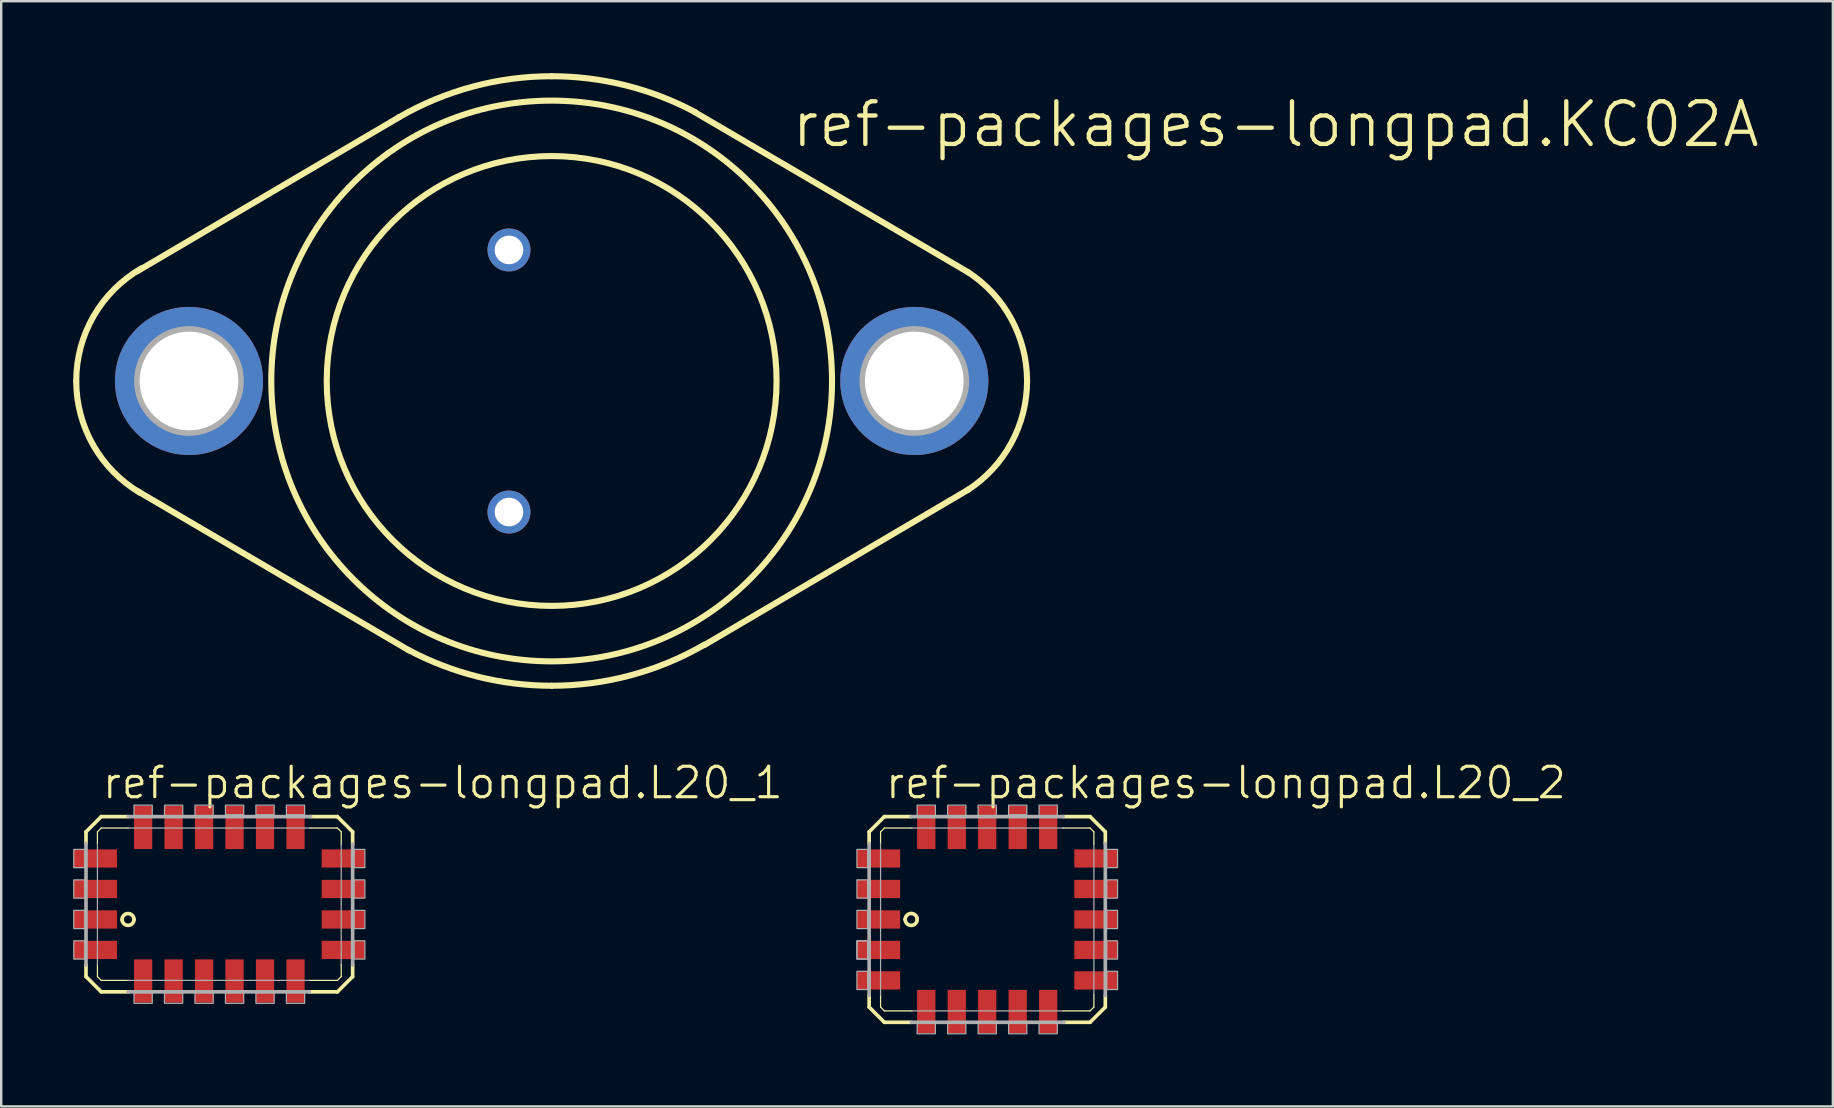
<source format=kicad_pcb>
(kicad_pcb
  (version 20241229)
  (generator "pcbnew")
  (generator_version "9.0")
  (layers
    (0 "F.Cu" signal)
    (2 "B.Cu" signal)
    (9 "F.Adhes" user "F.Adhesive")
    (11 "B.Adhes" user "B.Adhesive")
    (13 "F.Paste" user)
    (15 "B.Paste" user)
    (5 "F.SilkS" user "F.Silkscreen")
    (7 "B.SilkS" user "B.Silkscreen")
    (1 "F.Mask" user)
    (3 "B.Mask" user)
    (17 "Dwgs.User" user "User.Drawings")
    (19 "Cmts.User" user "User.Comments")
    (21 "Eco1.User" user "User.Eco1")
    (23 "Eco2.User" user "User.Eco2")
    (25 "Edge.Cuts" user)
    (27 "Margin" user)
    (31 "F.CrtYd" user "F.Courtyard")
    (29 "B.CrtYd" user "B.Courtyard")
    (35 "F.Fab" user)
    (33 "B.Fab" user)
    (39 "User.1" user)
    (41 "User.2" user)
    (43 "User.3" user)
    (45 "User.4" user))
  (footprint "ref-packages-longpad.L20_2"
    (layer "F.Cu")
    (at 38.091 34.632)
    (property "Reference" "ref-packages-longpad.L20_2" (at -4.318 -4.318 0) (layer "F.SilkS") (effects (font (size 1.27 1.27) (thickness 0.13)) (justify left bottom)))
    (attr smd)
    (fp_line (start -4.921 -3.016) (end -4.921 -2.531) (stroke (width 0.152) (type default)) (layer "F.SilkS"))
    (fp_line (start -4.921 3.801) (end -4.921 4.286) (stroke (width 0.152) (type default)) (layer "F.SilkS"))
    (fp_line (start -4.921 4.286) (end -4.286 4.921) (stroke (width 0.152) (type default)) (layer "F.SilkS"))
    (fp_line (start -4.445 -3.016) (end -4.286 -3.175) (stroke (width 0.051) (type default)) (layer "F.SilkS"))
    (fp_line (start -4.445 -2.503) (end -4.445 -3.016) (stroke (width 0.051) (type default)) (layer "F.SilkS"))
    (fp_line (start -4.445 4.286) (end -4.445 3.773) (stroke (width 0.051) (type default)) (layer "F.SilkS"))
    (fp_line (start -4.286 -3.651) (end -4.921 -3.016) (stroke (width 0.152) (type default)) (layer "F.SilkS"))
    (fp_line (start -4.286 -3.175) (end -3.138 -3.175) (stroke (width 0.051) (type default)) (layer "F.SilkS"))
    (fp_line (start -4.286 4.445) (end -4.445 4.286) (stroke (width 0.051) (type default)) (layer "F.SilkS"))
    (fp_line (start -4.286 4.921) (end -3.166 4.921) (stroke (width 0.152) (type default)) (layer "F.SilkS"))
    (fp_line (start -3.166 -3.651) (end -4.286 -3.651) (stroke (width 0.152) (type default)) (layer "F.SilkS"))
    (fp_line (start -3.141 4.445) (end -4.286 4.445) (stroke (width 0.051) (type default)) (layer "F.SilkS"))
    (fp_line (start 3.138 -3.175) (end 4.286 -3.175) (stroke (width 0.051) (type default)) (layer "F.SilkS"))
    (fp_line (start 3.191 4.921) (end 4.286 4.921) (stroke (width 0.152) (type default)) (layer "F.SilkS"))
    (fp_line (start 4.286 -3.651) (end 3.166 -3.651) (stroke (width 0.152) (type default)) (layer "F.SilkS"))
    (fp_line (start 4.286 -3.175) (end 4.445 -3.016) (stroke (width 0.051) (type default)) (layer "F.SilkS"))
    (fp_line (start 4.286 4.445) (end 3.163 4.445) (stroke (width 0.051) (type default)) (layer "F.SilkS"))
    (fp_line (start 4.286 4.921) (end 4.921 4.286) (stroke (width 0.152) (type default)) (layer "F.SilkS"))
    (fp_line (start 4.445 -3.016) (end 4.445 -2.503) (stroke (width 0.051) (type default)) (layer "F.SilkS"))
    (fp_line (start 4.445 3.773) (end 4.445 4.286) (stroke (width 0.051) (type default)) (layer "F.SilkS"))
    (fp_line (start 4.445 4.286) (end 4.286 4.445) (stroke (width 0.051) (type default)) (layer "F.SilkS"))
    (fp_line (start 4.921 -3.016) (end 4.286 -3.651) (stroke (width 0.152) (type default)) (layer "F.SilkS"))
    (fp_line (start 4.921 -2.531) (end 4.921 -3.016) (stroke (width 0.152) (type default)) (layer "F.SilkS"))
    (fp_line (start 4.921 4.286) (end 4.921 3.801) (stroke (width 0.152) (type default)) (layer "F.SilkS"))
    (fp_arc (start -3.419 0.631) (mid -3.16504 0.387487) (end -2.919 0.639) (stroke (width 0.1524) (type default)) (layer "F.SilkS"))
    (fp_arc (start -3.419 0.636) (mid -3.419012 0.6335) (end -3.419 0.631) (stroke (width 0.1524) (type default)) (layer "F.SilkS"))
    (fp_arc (start -2.919 0.633) (mid -3.17 0.882) (end -3.419 0.631) (stroke (width 0.1524) (type default)) (layer "F.SilkS"))
    (fp_line (start -4.921 -2.531) (end -4.921 3.801) (stroke (width 0.152) (type default)) (layer "F.Fab"))
    (fp_line (start -4.445 3.801) (end -4.445 -2.531) (stroke (width 0.051) (type default)) (layer "F.Fab"))
    (fp_line (start -3.166 -3.175) (end 3.166 -3.175) (stroke (width 0.051) (type default)) (layer "F.Fab"))
    (fp_line (start -3.166 4.921) (end 3.191 4.921) (stroke (width 0.152) (type default)) (layer "F.Fab"))
    (fp_line (start 0.95 -3.68) (end 1.59 -3.68) (stroke (width 0.152) (type default)) (layer "F.Fab"))
    (fp_line (start 3.166 -3.651) (end -3.166 -3.651) (stroke (width 0.152) (type default)) (layer "F.Fab"))
    (fp_line (start 3.191 4.445) (end -3.166 4.445) (stroke (width 0.051) (type default)) (layer "F.Fab"))
    (fp_line (start 4.445 -2.531) (end 4.445 3.801) (stroke (width 0.051) (type default)) (layer "F.Fab"))
    (fp_line (start 4.921 3.801) (end 4.921 -2.531) (stroke (width 0.152) (type default)) (layer "F.Fab"))
    (fp_rect (start -5.43 -1.525) (end -4.98 -2.285) (stroke (width 0.05) (type default)) (fill no) (layer "F.Fab"))
    (fp_rect (start -5.43 -0.255) (end -4.98 -1.015) (stroke (width 0.05) (type default)) (fill no) (layer "F.Fab"))
    (fp_rect (start -5.43 1.015) (end -4.98 0.255) (stroke (width 0.05) (type default)) (fill no) (layer "F.Fab"))
    (fp_rect (start -5.43 2.285) (end -4.98 1.525) (stroke (width 0.05) (type default)) (fill no) (layer "F.Fab"))
    (fp_rect (start -5.43 2.285) (end -4.98 1.525) (stroke (width 0.05) (type default)) (fill no) (layer "F.Fab"))
    (fp_rect (start -5.43 3.555) (end -4.98 2.795) (stroke (width 0.05) (type default)) (fill no) (layer "F.Fab"))
    (fp_rect (start -2.92 -3.68) (end -2.16 -4.13) (stroke (width 0.05) (type default)) (fill no) (layer "F.Fab"))
    (fp_rect (start -2.92 5.4) (end -2.16 4.95) (stroke (width 0.05) (type default)) (fill no) (layer "F.Fab"))
    (fp_rect (start -1.65 -3.68) (end -0.89 -4.13) (stroke (width 0.05) (type default)) (fill no) (layer "F.Fab"))
    (fp_rect (start -1.65 5.4) (end -0.89 4.95) (stroke (width 0.05) (type default)) (fill no) (layer "F.Fab"))
    (fp_rect (start -0.38 -3.68) (end 0.38 -4.13) (stroke (width 0.05) (type default)) (fill no) (layer "F.Fab"))
    (fp_rect (start -0.38 5.4) (end 0.38 4.95) (stroke (width 0.05) (type default)) (fill no) (layer "F.Fab"))
    (fp_rect (start 0.89 -3.68) (end 1.65 -4.13) (stroke (width 0.05) (type default)) (fill no) (layer "F.Fab"))
    (fp_rect (start 0.89 5.4) (end 1.65 4.95) (stroke (width 0.05) (type default)) (fill no) (layer "F.Fab"))
    (fp_rect (start 2.16 -3.68) (end 2.92 -4.13) (stroke (width 0.05) (type default)) (fill no) (layer "F.Fab"))
    (fp_rect (start 2.16 5.4) (end 2.92 4.95) (stroke (width 0.05) (type default)) (fill no) (layer "F.Fab"))
    (fp_rect (start 4.98 -1.525) (end 5.43 -2.285) (stroke (width 0.05) (type default)) (fill no) (layer "F.Fab"))
    (fp_rect (start 4.98 -0.255) (end 5.43 -1.015) (stroke (width 0.05) (type default)) (fill no) (layer "F.Fab"))
    (fp_rect (start 4.98 1.015) (end 5.43 0.255) (stroke (width 0.05) (type default)) (fill no) (layer "F.Fab"))
    (fp_rect (start 4.98 2.285) (end 5.43 1.525) (stroke (width 0.05) (type default)) (fill no) (layer "F.Fab"))
    (fp_rect (start 4.98 3.555) (end 5.43 2.795) (stroke (width 0.05) (type default)) (fill no) (layer "F.Fab"))
    (pad "1" smd roundrect (at -4.53 0.635) (size 1.8 0.76) (layers "F.Cu" "F.Mask" "F.Paste") (roundrect_rratio 0.01))
    (pad "2" smd roundrect (at -4.53 1.905) (size 1.8 0.76) (layers "F.Cu" "F.Mask" "F.Paste") (roundrect_rratio 0.01))
    (pad "3" smd roundrect (at -4.53 3.175) (size 1.8 0.76) (layers "F.Cu" "F.Mask" "F.Paste") (roundrect_rratio 0.01))
    (pad "4" smd roundrect (at -2.54 4.47) (size 0.76 1.8) (layers "F.Cu" "F.Mask" "F.Paste") (roundrect_rratio 0.01))
    (pad "5" smd roundrect (at -1.27 4.47) (size 0.76 1.8) (layers "F.Cu" "F.Mask" "F.Paste") (roundrect_rratio 0.01))
    (pad "6" smd roundrect (at 0 4.47) (size 0.76 1.8) (layers "F.Cu" "F.Mask" "F.Paste") (roundrect_rratio 0.01))
    (pad "7" smd roundrect (at 1.27 4.47) (size 0.76 1.8) (layers "F.Cu" "F.Mask" "F.Paste") (roundrect_rratio 0.01))
    (pad "8" smd roundrect (at 2.54 4.47) (size 0.76 1.8) (layers "F.Cu" "F.Mask" "F.Paste") (roundrect_rratio 0.01))
    (pad "9" smd roundrect (at 4.53 3.175) (size 1.8 0.76) (layers "F.Cu" "F.Mask" "F.Paste") (roundrect_rratio 0.01))
    (pad "10" smd roundrect (at 4.53 1.905) (size 1.8 0.76) (layers "F.Cu" "F.Mask" "F.Paste") (roundrect_rratio 0.01))
    (pad "11" smd roundrect (at 4.53 0.635) (size 1.8 0.76) (layers "F.Cu" "F.Mask" "F.Paste") (roundrect_rratio 0.01))
    (pad "12" smd roundrect (at 4.53 -0.635) (size 1.8 0.76) (layers "F.Cu" "F.Mask" "F.Paste") (roundrect_rratio 0.01))
    (pad "13" smd roundrect (at 4.53 -1.905) (size 1.8 0.76) (layers "F.Cu" "F.Mask" "F.Paste") (roundrect_rratio 0.01))
    (pad "14" smd roundrect (at 2.54 -3.2) (size 0.76 1.8) (layers "F.Cu" "F.Mask" "F.Paste") (roundrect_rratio 0.01))
    (pad "15" smd roundrect (at 1.27 -3.2) (size 0.76 1.8) (layers "F.Cu" "F.Mask" "F.Paste") (roundrect_rratio 0.01))
    (pad "16" smd roundrect (at 0 -3.2) (size 0.76 1.8) (layers "F.Cu" "F.Mask" "F.Paste") (roundrect_rratio 0.01))
    (pad "17" smd roundrect (at -1.27 -3.2) (size 0.76 1.8) (layers "F.Cu" "F.Mask" "F.Paste") (roundrect_rratio 0.01))
    (pad "18" smd roundrect (at -2.54 -3.2) (size 0.76 1.8) (layers "F.Cu" "F.Mask" "F.Paste") (roundrect_rratio 0.01))
    (pad "19" smd roundrect (at -4.53 -1.905) (size 1.8 0.76) (layers "F.Cu" "F.Mask" "F.Paste") (roundrect_rratio 0.01))
    (pad "20" smd roundrect (at -4.53 -0.635) (size 1.8 0.76) (layers "F.Cu" "F.Mask" "F.Paste") (roundrect_rratio 0.01)))
  (footprint "ref-packages-longpad.L20_1"
    (layer "F.Cu")
    (at 5.455 34.632)
    (property "Reference" "ref-packages-longpad.L20_1" (at -4.318 -4.318 0) (layer "F.SilkS") (effects (font (size 1.27 1.27) (thickness 0.13)) (justify left bottom)))
    (attr smd)
    (fp_line (start -4.921 -3.016) (end -4.921 -2.531) (stroke (width 0.152) (type default)) (layer "F.SilkS"))
    (fp_line (start -4.921 2.531) (end -4.921 3.016) (stroke (width 0.152) (type default)) (layer "F.SilkS"))
    (fp_line (start -4.921 3.016) (end -4.286 3.651) (stroke (width 0.152) (type default)) (layer "F.SilkS"))
    (fp_line (start -4.445 -3.016) (end -4.286 -3.175) (stroke (width 0.051) (type default)) (layer "F.SilkS"))
    (fp_line (start -4.445 -2.503) (end -4.445 -3.016) (stroke (width 0.051) (type default)) (layer "F.SilkS"))
    (fp_line (start -4.445 3.016) (end -4.445 2.503) (stroke (width 0.051) (type default)) (layer "F.SilkS"))
    (fp_line (start -4.286 -3.651) (end -4.921 -3.016) (stroke (width 0.152) (type default)) (layer "F.SilkS"))
    (fp_line (start -4.286 -3.175) (end -3.163 -3.175) (stroke (width 0.051) (type default)) (layer "F.SilkS"))
    (fp_line (start -4.286 3.175) (end -4.445 3.016) (stroke (width 0.051) (type default)) (layer "F.SilkS"))
    (fp_line (start -4.286 3.651) (end -3.166 3.651) (stroke (width 0.152) (type default)) (layer "F.SilkS"))
    (fp_line (start -3.166 -3.651) (end -4.286 -3.651) (stroke (width 0.152) (type default)) (layer "F.SilkS"))
    (fp_line (start -3.141 3.175) (end -4.286 3.175) (stroke (width 0.051) (type default)) (layer "F.SilkS"))
    (fp_line (start 4.386 3.651) (end 5.556 3.651) (stroke (width 0.152) (type default)) (layer "F.SilkS"))
    (fp_line (start 4.408 -3.175) (end 5.556 -3.175) (stroke (width 0.051) (type default)) (layer "F.SilkS"))
    (fp_line (start 5.556 -3.651) (end 4.436 -3.651) (stroke (width 0.152) (type default)) (layer "F.SilkS"))
    (fp_line (start 5.556 -3.175) (end 5.715 -3.016) (stroke (width 0.051) (type default)) (layer "F.SilkS"))
    (fp_line (start 5.556 3.175) (end 4.358 3.175) (stroke (width 0.051) (type default)) (layer "F.SilkS"))
    (fp_line (start 5.556 3.651) (end 6.191 3.016) (stroke (width 0.152) (type default)) (layer "F.SilkS"))
    (fp_line (start 5.715 -3.016) (end 5.715 -2.478) (stroke (width 0.051) (type default)) (layer "F.SilkS"))
    (fp_line (start 5.715 2.503) (end 5.715 3.016) (stroke (width 0.051) (type default)) (layer "F.SilkS"))
    (fp_line (start 5.715 3.016) (end 5.556 3.175) (stroke (width 0.051) (type default)) (layer "F.SilkS"))
    (fp_line (start 6.191 -3.016) (end 5.556 -3.651) (stroke (width 0.152) (type default)) (layer "F.SilkS"))
    (fp_line (start 6.191 -2.506) (end 6.191 -3.016) (stroke (width 0.152) (type default)) (layer "F.SilkS"))
    (fp_line (start 6.191 3.016) (end 6.191 2.531) (stroke (width 0.152) (type default)) (layer "F.SilkS"))
    (fp_arc (start -3.419 0.639) (mid -3.169 0.389) (end -2.919 0.639) (stroke (width 0.1524) (type default)) (layer "F.SilkS"))
    (fp_arc (start -2.919 0.631) (mid -3.169 0.881) (end -3.419 0.631) (stroke (width 0.1524) (type default)) (layer "F.SilkS"))
    (fp_line (start -4.921 -2.531) (end -4.921 2.531) (stroke (width 0.152) (type default)) (layer "F.Fab"))
    (fp_line (start -4.445 2.531) (end -4.445 -2.531) (stroke (width 0.051) (type default)) (layer "F.Fab"))
    (fp_line (start -3.191 -3.175) (end 4.436 -3.175) (stroke (width 0.051) (type default)) (layer "F.Fab"))
    (fp_line (start -3.166 3.651) (end 4.386 3.651) (stroke (width 0.152) (type default)) (layer "F.Fab"))
    (fp_line (start 0.95 -3.68) (end 1.59 -3.68) (stroke (width 0.152) (type default)) (layer "F.Fab"))
    (fp_line (start 2.22 -3.68) (end 2.86 -3.68) (stroke (width 0.152) (type default)) (layer "F.Fab"))
    (fp_line (start 3.49 -3.68) (end 4.13 -3.68) (stroke (width 0.152) (type default)) (layer "F.Fab"))
    (fp_line (start 4.386 3.175) (end -3.166 3.175) (stroke (width 0.051) (type default)) (layer "F.Fab"))
    (fp_line (start 4.436 -3.651) (end -3.166 -3.651) (stroke (width 0.152) (type default)) (layer "F.Fab"))
    (fp_line (start 5.715 -2.506) (end 5.715 2.531) (stroke (width 0.051) (type default)) (layer "F.Fab"))
    (fp_line (start 6.191 2.531) (end 6.191 -2.506) (stroke (width 0.152) (type default)) (layer "F.Fab"))
    (fp_rect (start -5.43 -1.525) (end -4.98 -2.285) (stroke (width 0.05) (type default)) (fill no) (layer "F.Fab"))
    (fp_rect (start -5.43 -0.255) (end -4.98 -1.015) (stroke (width 0.05) (type default)) (fill no) (layer "F.Fab"))
    (fp_rect (start -5.43 1.015) (end -4.98 0.255) (stroke (width 0.05) (type default)) (fill no) (layer "F.Fab"))
    (fp_rect (start -5.43 2.285) (end -4.98 1.525) (stroke (width 0.05) (type default)) (fill no) (layer "F.Fab"))
    (fp_rect (start -2.92 -3.68) (end -2.16 -4.13) (stroke (width 0.05) (type default)) (fill no) (layer "F.Fab"))
    (fp_rect (start -2.92 4.13) (end -2.16 3.68) (stroke (width 0.05) (type default)) (fill no) (layer "F.Fab"))
    (fp_rect (start -1.65 -3.68) (end -0.89 -4.13) (stroke (width 0.05) (type default)) (fill no) (layer "F.Fab"))
    (fp_rect (start -1.65 4.13) (end -0.89 3.68) (stroke (width 0.05) (type default)) (fill no) (layer "F.Fab"))
    (fp_rect (start -0.38 -3.68) (end 0.38 -4.13) (stroke (width 0.05) (type default)) (fill no) (layer "F.Fab"))
    (fp_rect (start -0.38 4.13) (end 0.38 3.68) (stroke (width 0.05) (type default)) (fill no) (layer "F.Fab"))
    (fp_rect (start 0.89 -3.68) (end 1.65 -4.13) (stroke (width 0.05) (type default)) (fill no) (layer "F.Fab"))
    (fp_rect (start 0.89 4.13) (end 1.65 3.68) (stroke (width 0.05) (type default)) (fill no) (layer "F.Fab"))
    (fp_rect (start 2.16 -3.68) (end 2.92 -4.13) (stroke (width 0.05) (type default)) (fill no) (layer "F.Fab"))
    (fp_rect (start 2.16 4.13) (end 2.92 3.68) (stroke (width 0.05) (type default)) (fill no) (layer "F.Fab"))
    (fp_rect (start 3.43 -3.68) (end 4.19 -4.13) (stroke (width 0.05) (type default)) (fill no) (layer "F.Fab"))
    (fp_rect (start 3.43 4.13) (end 4.19 3.68) (stroke (width 0.05) (type default)) (fill no) (layer "F.Fab"))
    (fp_rect (start 6.25 -1.525) (end 6.7 -2.285) (stroke (width 0.05) (type default)) (fill no) (layer "F.Fab"))
    (fp_rect (start 6.25 -0.255) (end 6.7 -1.015) (stroke (width 0.05) (type default)) (fill no) (layer "F.Fab"))
    (fp_rect (start 6.25 1.015) (end 6.7 0.255) (stroke (width 0.05) (type default)) (fill no) (layer "F.Fab"))
    (fp_rect (start 6.25 2.285) (end 6.7 1.525) (stroke (width 0.05) (type default)) (fill no) (layer "F.Fab"))
    (pad "1" smd roundrect (at -4.53 0.635) (size 1.8 0.76) (layers "F.Cu" "F.Mask" "F.Paste") (roundrect_rratio 0.01))
    (pad "2" smd roundrect (at -4.53 1.905) (size 1.8 0.76) (layers "F.Cu" "F.Mask" "F.Paste") (roundrect_rratio 0.01))
    (pad "3" smd roundrect (at -2.54 3.2) (size 0.76 1.8) (layers "F.Cu" "F.Mask" "F.Paste") (roundrect_rratio 0.01))
    (pad "4" smd roundrect (at -1.27 3.2) (size 0.76 1.8) (layers "F.Cu" "F.Mask" "F.Paste") (roundrect_rratio 0.01))
    (pad "5" smd roundrect (at 0 3.2) (size 0.76 1.8) (layers "F.Cu" "F.Mask" "F.Paste") (roundrect_rratio 0.01))
    (pad "6" smd roundrect (at 1.27 3.2) (size 0.76 1.8) (layers "F.Cu" "F.Mask" "F.Paste") (roundrect_rratio 0.01))
    (pad "7" smd roundrect (at 2.54 3.2) (size 0.76 1.8) (layers "F.Cu" "F.Mask" "F.Paste") (roundrect_rratio 0.01))
    (pad "8" smd roundrect (at 3.81 3.2) (size 0.76 1.8) (layers "F.Cu" "F.Mask" "F.Paste") (roundrect_rratio 0.01))
    (pad "9" smd roundrect (at 5.8 1.905) (size 1.8 0.76) (layers "F.Cu" "F.Mask" "F.Paste") (roundrect_rratio 0.01))
    (pad "10" smd roundrect (at 5.8 0.635) (size 1.8 0.76) (layers "F.Cu" "F.Mask" "F.Paste") (roundrect_rratio 0.01))
    (pad "11" smd roundrect (at 5.8 -0.635) (size 1.8 0.76) (layers "F.Cu" "F.Mask" "F.Paste") (roundrect_rratio 0.01))
    (pad "12" smd roundrect (at 5.8 -1.905) (size 1.8 0.76) (layers "F.Cu" "F.Mask" "F.Paste") (roundrect_rratio 0.01))
    (pad "13" smd roundrect (at 3.81 -3.2) (size 0.76 1.8) (layers "F.Cu" "F.Mask" "F.Paste") (roundrect_rratio 0.01))
    (pad "14" smd roundrect (at 2.54 -3.2) (size 0.76 1.8) (layers "F.Cu" "F.Mask" "F.Paste") (roundrect_rratio 0.01))
    (pad "15" smd roundrect (at 1.27 -3.2) (size 0.76 1.8) (layers "F.Cu" "F.Mask" "F.Paste") (roundrect_rratio 0.01))
    (pad "16" smd roundrect (at 0 -3.2) (size 0.76 1.8) (layers "F.Cu" "F.Mask" "F.Paste") (roundrect_rratio 0.01))
    (pad "17" smd roundrect (at -1.27 -3.2) (size 0.76 1.8) (layers "F.Cu" "F.Mask" "F.Paste") (roundrect_rratio 0.01))
    (pad "18" smd roundrect (at -2.54 -3.2) (size 0.76 1.8) (layers "F.Cu" "F.Mask" "F.Paste") (roundrect_rratio 0.01))
    (pad "19" smd roundrect (at -4.53 -1.905) (size 1.8 0.76) (layers "F.Cu" "F.Mask" "F.Paste") (roundrect_rratio 0.01))
    (pad "20" smd roundrect (at -4.53 -0.635) (size 1.8 0.76) (layers "F.Cu" "F.Mask" "F.Paste") (roundrect_rratio 0.01)))
  (footprint "ref-packages-longpad.KC02A"
    (layer "F.Cu")
    (at 19.939 12.827)
    (property "Reference" "ref-packages-longpad.KC02A" (at 9.906 -9.652 0) (layer "F.SilkS") (effects (font (size 1.778 1.778) (thickness 0.18)) (justify left bottom)))
    (attr through_hole)
    (fp_line (start -6.35 -10.998) (end -17.272 -4.572) (stroke (width 0.254) (type default)) (layer "F.SilkS"))
    (fp_line (start -5.944 11.227) (end -17.247 4.597) (stroke (width 0.254) (type default)) (layer "F.SilkS"))
    (fp_line (start 5.969 -11.201) (end 17.374 -4.521) (stroke (width 0.254) (type default)) (layer "F.SilkS"))
    (fp_line (start 6.375 10.998) (end 17.374 4.521) (stroke (width 0.254) (type default)) (layer "F.SilkS"))
    (fp_arc (start -19.812 0) (mid -19.08306 -2.712168) (end -17.0927 -4.6935) (stroke (width 0.254) (type default)) (layer "F.SilkS"))
    (fp_arc (start -17.1555 4.657) (mid -19.101186 2.680705) (end -19.812 0) (stroke (width 0.254) (type default)) (layer "F.SilkS"))
    (fp_arc (start -6.3718 -10.9859) (mid -3.299165 -12.263989) (end 0 -12.7) (stroke (width 0.254) (type default)) (layer "F.SilkS"))
    (fp_arc (start 0 -12.7) (mid 3.080216 -12.320822) (end 5.9765 -11.2059) (stroke (width 0.254) (type default)) (layer "F.SilkS"))
    (fp_arc (start 0 12.7) (mid -3.080216 12.320822) (end -5.9765 11.2059) (stroke (width 0.254) (type default)) (layer "F.SilkS"))
    (fp_arc (start 6.3718 10.9859) (mid 3.299165 12.263989) (end 0 12.7) (stroke (width 0.254) (type default)) (layer "F.SilkS"))
    (fp_arc (start 17.3366 -4.545) (mid 19.153012 -2.587691) (end 19.812 0) (stroke (width 0.254) (type default)) (layer "F.SilkS"))
    (fp_arc (start 19.812 0) (mid 19.153012 2.587691) (end 17.3366 4.545) (stroke (width 0.254) (type default)) (layer "F.SilkS"))
    (fp_circle (center 0 0) (end 9.373 0) (stroke (width 0.254) (type default)) (fill no) (layer "F.SilkS"))
    (fp_circle (center 0 0) (end 11.684 0) (stroke (width 0.254) (type default)) (fill no) (layer "F.SilkS"))
    (fp_circle (center -15.113 0) (end -12.954 0) (stroke (width 0.254) (type default)) (fill no) (layer "F.Fab"))
    (fp_circle (center 15.113 0) (end 17.272 0) (stroke (width 0.254) (type default)) (fill no) (layer "F.Fab"))
    (pad "1" thru_hole circle (at -1.778 -5.461) (size 1.791 1.791) (drill 1.194) (layers "*.Cu" "*.Mask"))
    (pad "2" thru_hole circle (at -1.778 5.461) (size 1.791 1.791) (drill 1.194) (layers "*.Cu" "*.Mask"))
    (pad "3" thru_hole circle (at 15.113 0) (size 6.172 6.172) (drill 4.115) (layers "*.Cu" "*.Mask"))
    (pad "3/" thru_hole circle (at -15.113 0) (size 6.172 6.172) (drill 4.115) (layers "*.Cu" "*.Mask")))
  (gr_rect
    (start -3 -3)
    (end 73.331 43.057)
    (stroke (width 0.1) (type default))
    (fill no)
    (layer "Edge.Cuts")))
</source>
